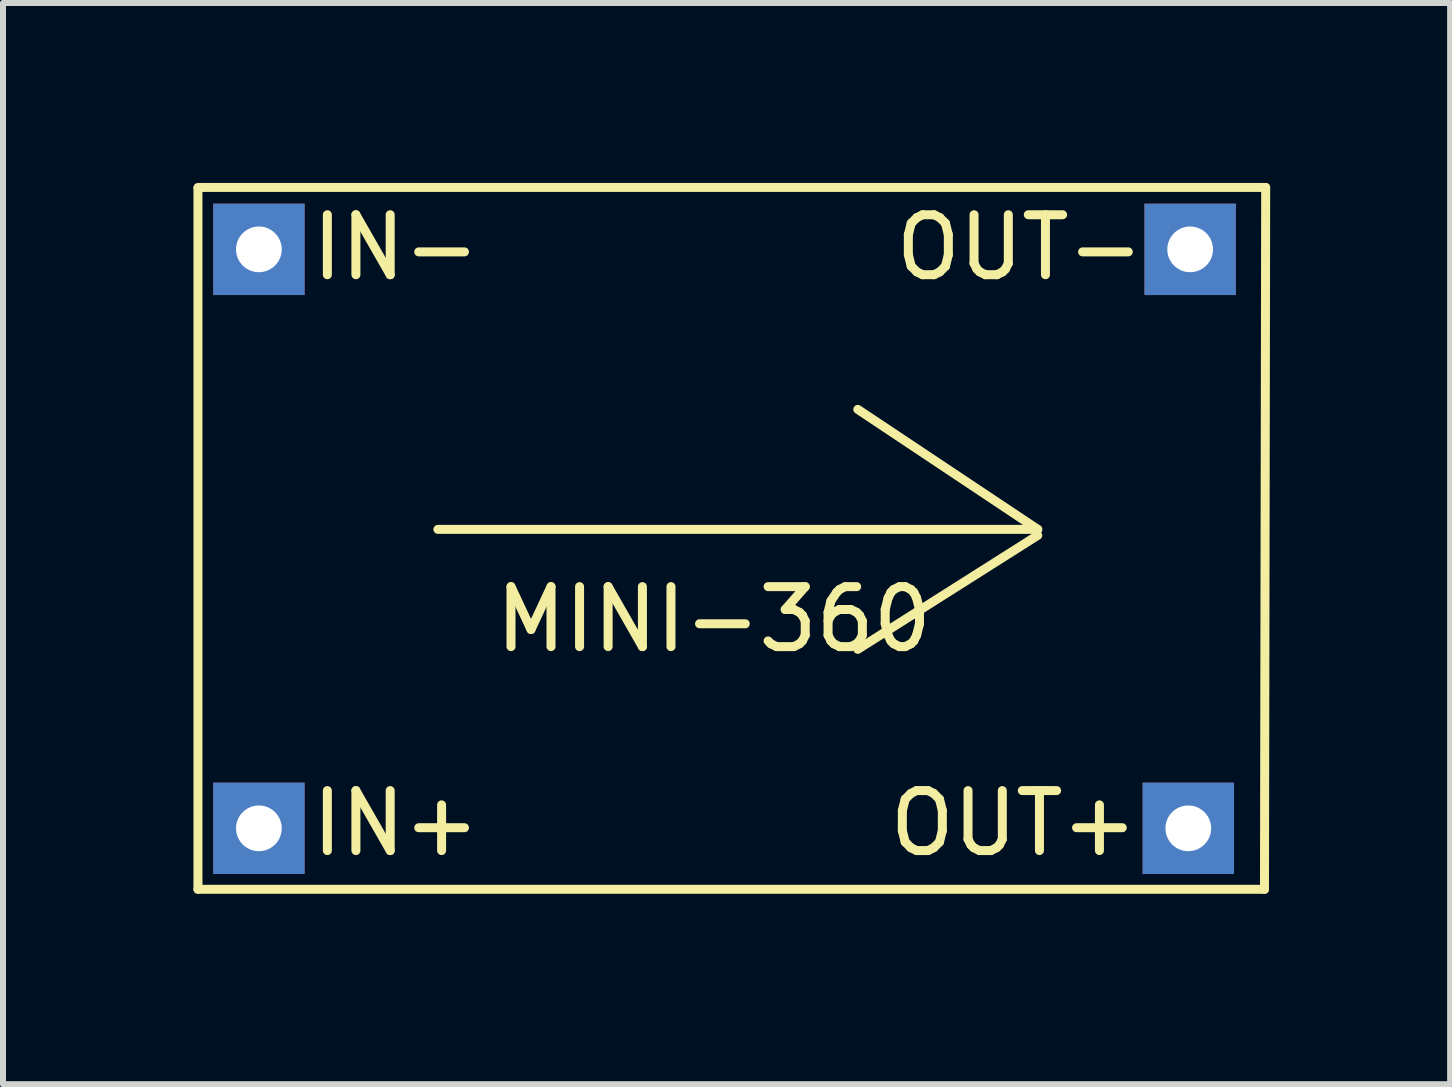
<source format=kicad_pcb>
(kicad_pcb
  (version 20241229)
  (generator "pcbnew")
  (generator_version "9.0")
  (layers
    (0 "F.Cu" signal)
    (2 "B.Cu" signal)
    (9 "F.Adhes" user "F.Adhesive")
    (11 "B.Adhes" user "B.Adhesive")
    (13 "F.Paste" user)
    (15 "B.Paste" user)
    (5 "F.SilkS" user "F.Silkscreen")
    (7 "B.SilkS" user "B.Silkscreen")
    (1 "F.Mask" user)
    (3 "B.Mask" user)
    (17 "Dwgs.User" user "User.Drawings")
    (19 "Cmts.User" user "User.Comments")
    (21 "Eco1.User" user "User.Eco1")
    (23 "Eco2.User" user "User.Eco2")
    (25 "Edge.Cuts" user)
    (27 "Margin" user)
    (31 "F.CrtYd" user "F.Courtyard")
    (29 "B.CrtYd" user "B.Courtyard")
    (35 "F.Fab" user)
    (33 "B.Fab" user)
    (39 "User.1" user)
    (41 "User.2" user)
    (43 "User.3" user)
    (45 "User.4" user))
  (footprint "MINI-360"
    (layer "F.Cu")
    (at 0.25 11.775)
    (property "Reference" "MINI-360" (at 8.6 -4.5 0) (layer "F.SilkS") (effects (font (size 1 1) (thickness 0.15))))
    (attr through_hole)
    (fp_line (start 0 -11.7) (end 17.8 -11.7) (stroke (width 0.15) (type solid)) (layer "F.SilkS"))
    (fp_line (start 0 0) (end 0 -11.684) (stroke (width 0.15) (type solid)) (layer "F.SilkS"))
    (fp_line (start 4 -6) (end 14 -6) (stroke (width 0.15) (type solid)) (layer "F.SilkS"))
    (fp_line (start 14 -6) (end 11 -8) (stroke (width 0.15) (type solid)) (layer "F.SilkS"))
    (fp_line (start 14 -5.9) (end 11 -4) (stroke (width 0.15) (type solid)) (layer "F.SilkS"))
    (fp_line (start 17.78 0) (end 0 0) (stroke (width 0.15) (type solid)) (layer "F.SilkS"))
    (fp_line (start 17.8 -11.7) (end 17.78 0) (stroke (width 0.15) (type solid)) (layer "F.SilkS"))
    (fp_text user "IN-" (at 3.3 -10.7 0) (layer "F.SilkS") (effects (font (size 1 1) (thickness 0.15))))
    (fp_text user "IN+" (at 3.3 -1.1 0) (layer "F.SilkS") (effects (font (size 1 1) (thickness 0.15))))
    (fp_text user "OUT+" (at 13.6 -1.1 0) (layer "F.SilkS") (effects (font (size 1 1) (thickness 0.15))))
    (fp_text user "OUT-" (at 13.7 -10.7 0) (layer "F.SilkS") (effects (font (size 1 1) (thickness 0.15))))
    (pad "1" thru_hole rect (at 1.016 -1.016) (size 1.524 1.524) (drill 0.762) (layers "*.Cu" "*.Mask"))
    (pad "2" thru_hole rect (at 1.016 -10.668) (size 1.524 1.524) (drill 0.762) (layers "*.Cu" "*.Mask"))
    (pad "3" thru_hole rect (at 16.541 -10.668) (size 1.524 1.524) (drill 0.762) (layers "*.Cu" "*.Mask"))
    (pad "4" thru_hole rect (at 16.51 -1.016) (size 1.524 1.524) (drill 0.762) (layers "*.Cu" "*.Mask")))
  (gr_rect
    (start -3 -3)
    (end 21.125 15.025)
    (stroke (width 0.1) (type default))
    (fill no)
    (layer "Edge.Cuts")))
</source>
